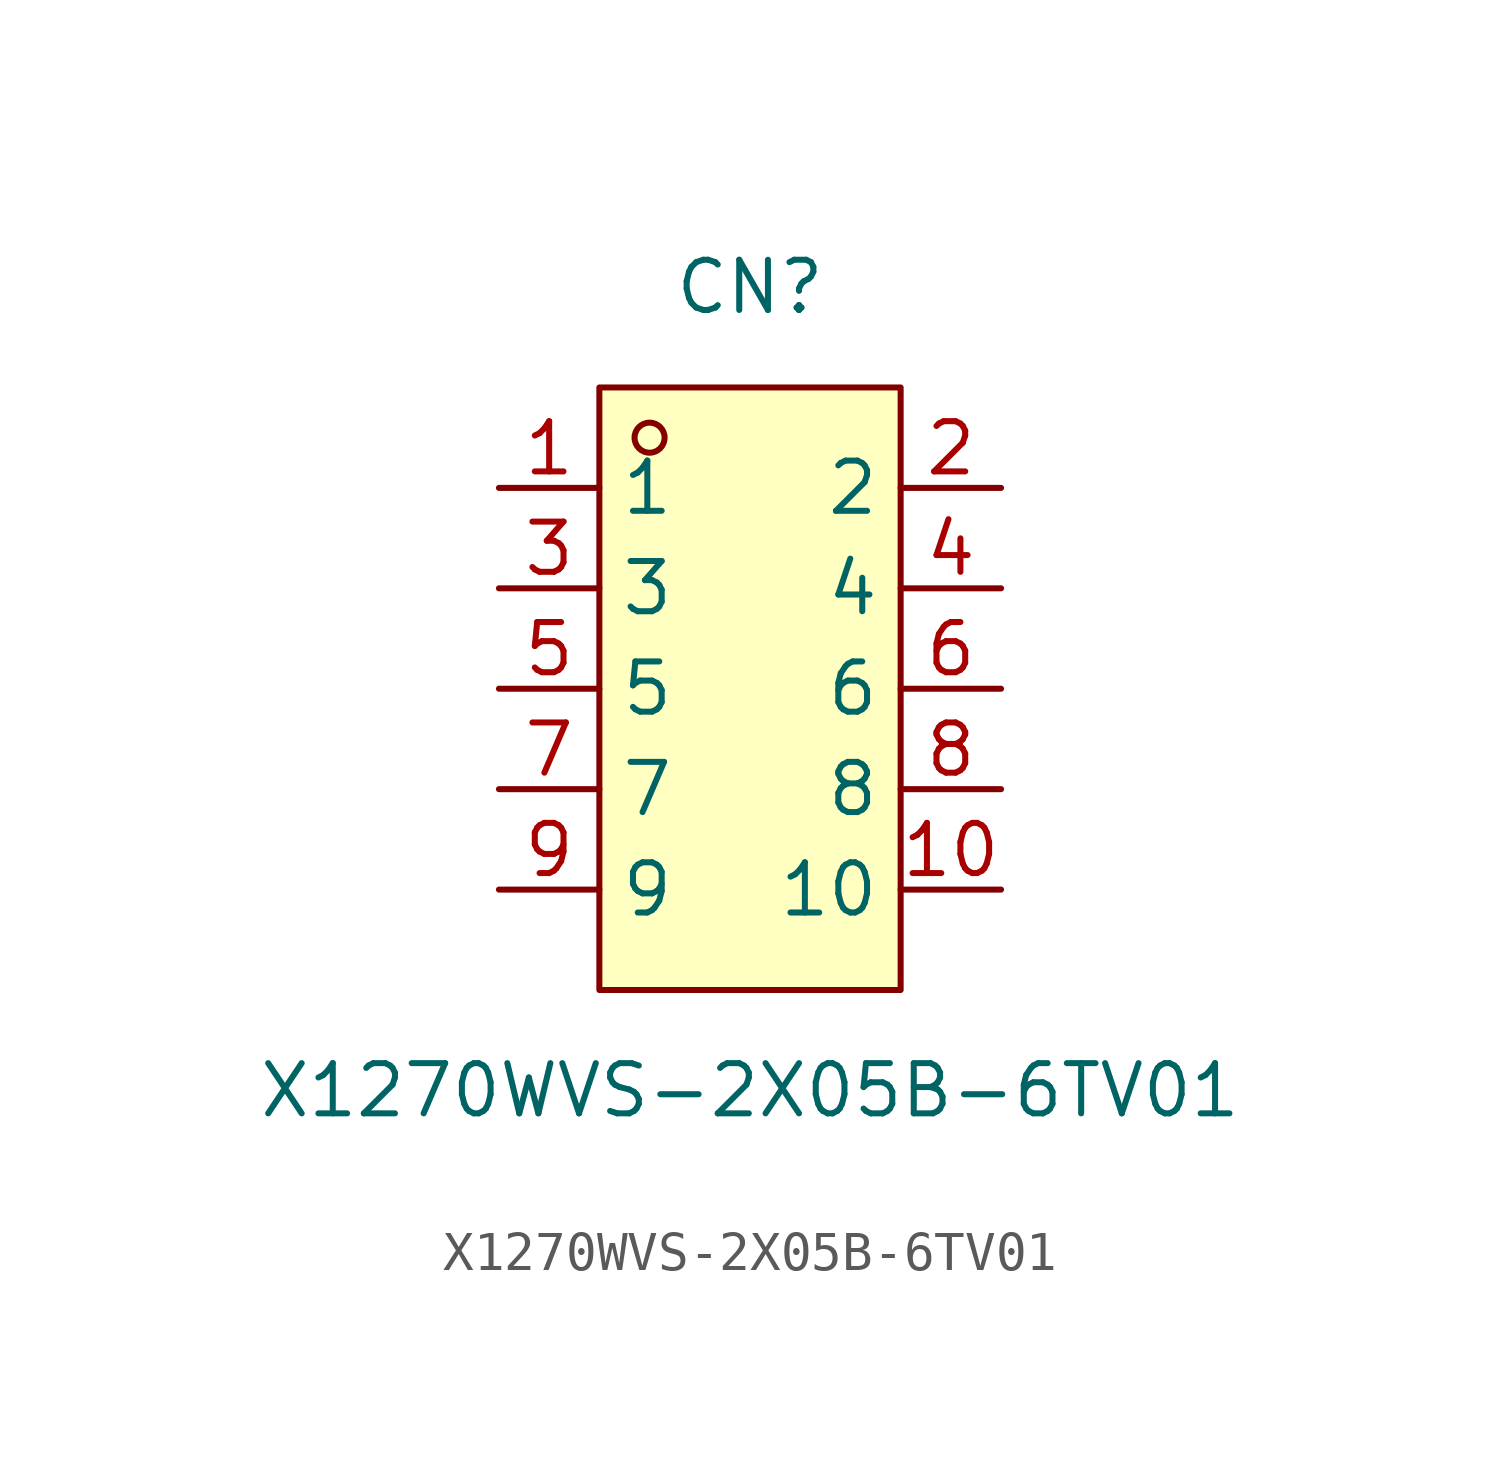
<source format=kicad_sym>
(kicad_symbol_lib
  (version 20231120)
  (generator "kicad_symbol_editor")
  (generator_version "8.0")
  (symbol "X1270WVS-2X05B-6TV01"
    (property "Reference" "CN"
      (at 0 10.16 0)
      (effects (font (size 1.27 1.27))))
    (property "Value" "X1270WVS-2X05B-6TV01"
      (at 0 -10.16 0)
      (effects (font (size 1.27 1.27))))
    (symbol "X1270WVS-2X05B-6TV01_0_1"
      (rectangle (start -3.81 7.62) (end 3.81 -7.62) (stroke (width 0) (type default)) (fill (type background)))
      (circle (center -2.54 6.35) (radius 0.38) (stroke (width 0) (type default)) (fill (type none)))
      (pin passive line (at -6.35 5.08 0) (length 2.54) (name "1" (effects (font (size 1.27 1.27)))) (number "1" (effects (font (size 1.27 1.27)))))
      (pin passive line (at 6.35 -5.08 180) (length 2.54) (name "10" (effects (font (size 1.27 1.27)))) (number "10" (effects (font (size 1.27 1.27)))))
      (pin passive line (at 6.35 5.08 180) (length 2.54) (name "2" (effects (font (size 1.27 1.27)))) (number "2" (effects (font (size 1.27 1.27)))))
      (pin passive line (at -6.35 2.54 0) (length 2.54) (name "3" (effects (font (size 1.27 1.27)))) (number "3" (effects (font (size 1.27 1.27)))))
      (pin passive line (at 6.35 2.54 180) (length 2.54) (name "4" (effects (font (size 1.27 1.27)))) (number "4" (effects (font (size 1.27 1.27)))))
      (pin passive line (at -6.35 0 0) (length 2.54) (name "5" (effects (font (size 1.27 1.27)))) (number "5" (effects (font (size 1.27 1.27)))))
      (pin passive line (at 6.35 0 180) (length 2.54) (name "6" (effects (font (size 1.27 1.27)))) (number "6" (effects (font (size 1.27 1.27)))))
      (pin passive line (at -6.35 -2.54 0) (length 2.54) (name "7" (effects (font (size 1.27 1.27)))) (number "7" (effects (font (size 1.27 1.27)))))
      (pin passive line (at 6.35 -2.54 180) (length 2.54) (name "8" (effects (font (size 1.27 1.27)))) (number "8" (effects (font (size 1.27 1.27)))))
      (pin passive line (at -6.35 -5.08 0) (length 2.54) (name "9" (effects (font (size 1.27 1.27)))) (number "9" (effects (font (size 1.27 1.27))))))))
</source>
